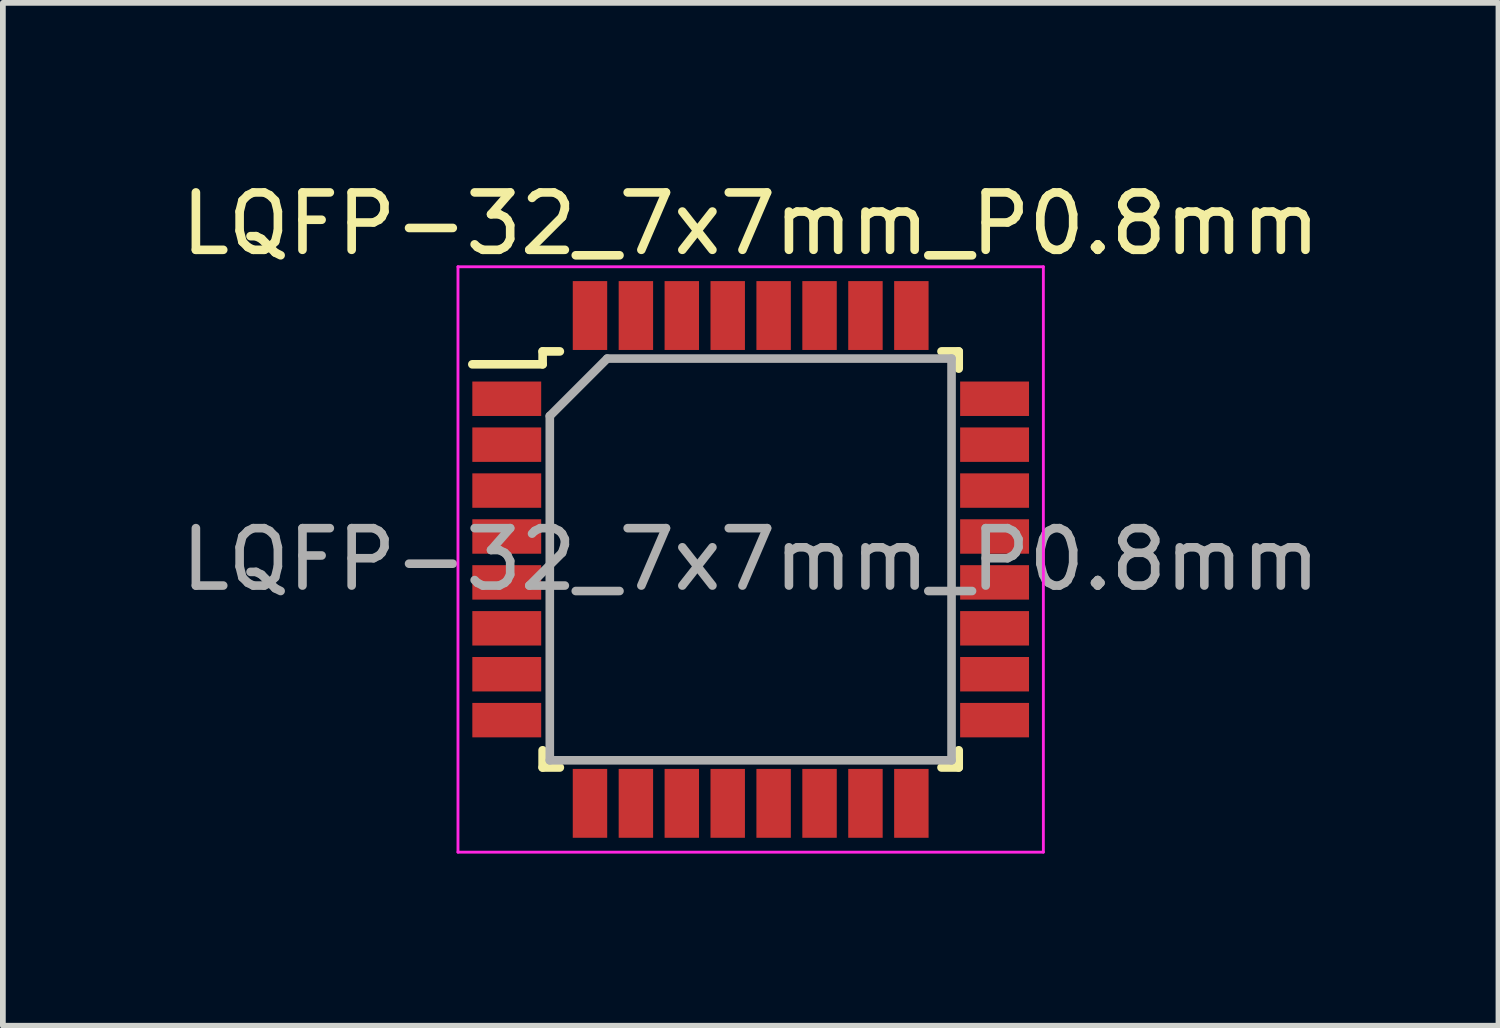
<source format=kicad_pcb>
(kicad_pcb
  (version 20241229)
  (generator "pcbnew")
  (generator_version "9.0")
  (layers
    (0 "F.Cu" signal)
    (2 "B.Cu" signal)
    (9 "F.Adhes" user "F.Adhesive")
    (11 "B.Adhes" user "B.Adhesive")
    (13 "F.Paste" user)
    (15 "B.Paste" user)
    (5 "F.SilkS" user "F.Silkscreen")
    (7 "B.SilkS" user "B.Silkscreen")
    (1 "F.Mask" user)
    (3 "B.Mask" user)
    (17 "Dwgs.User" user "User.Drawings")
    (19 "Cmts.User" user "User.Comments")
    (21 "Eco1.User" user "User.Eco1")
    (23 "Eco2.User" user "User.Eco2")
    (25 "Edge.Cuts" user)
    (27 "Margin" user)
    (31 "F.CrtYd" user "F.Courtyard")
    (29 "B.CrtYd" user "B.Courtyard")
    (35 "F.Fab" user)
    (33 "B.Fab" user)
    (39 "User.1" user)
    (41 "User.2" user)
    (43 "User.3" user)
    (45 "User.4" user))
  (footprint "LQFP-32_7x7mm_P0.8mm"
    (layer "F.Cu")
    (at 10.03 6.698)
    (property "Reference" "LQFP-32_7x7mm_P0.8mm" (at 0 -5.85 0) (layer "F.SilkS") (effects (font (size 1 1) (thickness 0.15))))
    (attr smd)
    (fp_line (start -3.625 -3.625) (end -3.625 -3.4) (stroke (width 0.15) (type solid)) (layer "F.SilkS"))
    (fp_line (start -3.625 -3.625) (end -3.325 -3.625) (stroke (width 0.15) (type solid)) (layer "F.SilkS"))
    (fp_line (start -3.625 -3.4) (end -4.85 -3.4) (stroke (width 0.15) (type solid)) (layer "F.SilkS"))
    (fp_line (start -3.625 3.625) (end -3.625 3.325) (stroke (width 0.15) (type solid)) (layer "F.SilkS"))
    (fp_line (start -3.625 3.625) (end -3.325 3.625) (stroke (width 0.15) (type solid)) (layer "F.SilkS"))
    (fp_line (start 3.625 -3.625) (end 3.325 -3.625) (stroke (width 0.15) (type solid)) (layer "F.SilkS"))
    (fp_line (start 3.625 -3.625) (end 3.625 -3.325) (stroke (width 0.15) (type solid)) (layer "F.SilkS"))
    (fp_line (start 3.625 3.625) (end 3.325 3.625) (stroke (width 0.15) (type solid)) (layer "F.SilkS"))
    (fp_line (start 3.625 3.625) (end 3.625 3.325) (stroke (width 0.15) (type solid)) (layer "F.SilkS"))
    (fp_line (start -5.1 -5.1) (end -5.1 5.1) (stroke (width 0.05) (type solid)) (layer "F.CrtYd"))
    (fp_line (start -5.1 -5.1) (end 5.1 -5.1) (stroke (width 0.05) (type solid)) (layer "F.CrtYd"))
    (fp_line (start -5.1 5.1) (end 5.1 5.1) (stroke (width 0.05) (type solid)) (layer "F.CrtYd"))
    (fp_line (start 5.1 -5.1) (end 5.1 5.1) (stroke (width 0.05) (type solid)) (layer "F.CrtYd"))
    (fp_line (start -3.5 -2.5) (end -2.5 -3.5) (stroke (width 0.15) (type solid)) (layer "F.Fab"))
    (fp_line (start -3.5 3.5) (end -3.5 -2.5) (stroke (width 0.15) (type solid)) (layer "F.Fab"))
    (fp_line (start -2.5 -3.5) (end 3.5 -3.5) (stroke (width 0.15) (type solid)) (layer "F.Fab"))
    (fp_line (start 3.5 -3.5) (end 3.5 3.5) (stroke (width 0.15) (type solid)) (layer "F.Fab"))
    (fp_line (start 3.5 3.5) (end -3.5 3.5) (stroke (width 0.15) (type solid)) (layer "F.Fab"))
    (fp_text user "${REFERENCE}" (at 0 0 0) (layer "F.Fab") (effects (font (size 1 1) (thickness 0.15))))
    (pad "1" smd rect (at -4.25 -2.8) (size 1.2 0.6) (layers "F.Cu" "F.Mask" "F.Paste"))
    (pad "2" smd rect (at -4.25 -2) (size 1.2 0.6) (layers "F.Cu" "F.Mask" "F.Paste"))
    (pad "3" smd rect (at -4.25 -1.2) (size 1.2 0.6) (layers "F.Cu" "F.Mask" "F.Paste"))
    (pad "4" smd rect (at -4.25 -0.4) (size 1.2 0.6) (layers "F.Cu" "F.Mask" "F.Paste"))
    (pad "5" smd rect (at -4.25 0.4) (size 1.2 0.6) (layers "F.Cu" "F.Mask" "F.Paste"))
    (pad "6" smd rect (at -4.25 1.2) (size 1.2 0.6) (layers "F.Cu" "F.Mask" "F.Paste"))
    (pad "7" smd rect (at -4.25 2) (size 1.2 0.6) (layers "F.Cu" "F.Mask" "F.Paste"))
    (pad "8" smd rect (at -4.25 2.8) (size 1.2 0.6) (layers "F.Cu" "F.Mask" "F.Paste"))
    (pad "9" smd rect (at -2.8 4.25 90) (size 1.2 0.6) (layers "F.Cu" "F.Mask" "F.Paste"))
    (pad "10" smd rect (at -2 4.25 90) (size 1.2 0.6) (layers "F.Cu" "F.Mask" "F.Paste"))
    (pad "11" smd rect (at -1.2 4.25 90) (size 1.2 0.6) (layers "F.Cu" "F.Mask" "F.Paste"))
    (pad "12" smd rect (at -0.4 4.25 90) (size 1.2 0.6) (layers "F.Cu" "F.Mask" "F.Paste"))
    (pad "13" smd rect (at 0.4 4.25 90) (size 1.2 0.6) (layers "F.Cu" "F.Mask" "F.Paste"))
    (pad "14" smd rect (at 1.2 4.25 90) (size 1.2 0.6) (layers "F.Cu" "F.Mask" "F.Paste"))
    (pad "15" smd rect (at 2 4.25 90) (size 1.2 0.6) (layers "F.Cu" "F.Mask" "F.Paste"))
    (pad "16" smd rect (at 2.8 4.25 90) (size 1.2 0.6) (layers "F.Cu" "F.Mask" "F.Paste"))
    (pad "17" smd rect (at 4.25 2.8) (size 1.2 0.6) (layers "F.Cu" "F.Mask" "F.Paste"))
    (pad "18" smd rect (at 4.25 2) (size 1.2 0.6) (layers "F.Cu" "F.Mask" "F.Paste"))
    (pad "19" smd rect (at 4.25 1.2) (size 1.2 0.6) (layers "F.Cu" "F.Mask" "F.Paste"))
    (pad "20" smd rect (at 4.25 0.4) (size 1.2 0.6) (layers "F.Cu" "F.Mask" "F.Paste"))
    (pad "21" smd rect (at 4.25 -0.4) (size 1.2 0.6) (layers "F.Cu" "F.Mask" "F.Paste"))
    (pad "22" smd rect (at 4.25 -1.2) (size 1.2 0.6) (layers "F.Cu" "F.Mask" "F.Paste"))
    (pad "23" smd rect (at 4.25 -2) (size 1.2 0.6) (layers "F.Cu" "F.Mask" "F.Paste"))
    (pad "24" smd rect (at 4.25 -2.8) (size 1.2 0.6) (layers "F.Cu" "F.Mask" "F.Paste"))
    (pad "25" smd rect (at 2.8 -4.25 90) (size 1.2 0.6) (layers "F.Cu" "F.Mask" "F.Paste"))
    (pad "26" smd rect (at 2 -4.25 90) (size 1.2 0.6) (layers "F.Cu" "F.Mask" "F.Paste"))
    (pad "27" smd rect (at 1.2 -4.25 90) (size 1.2 0.6) (layers "F.Cu" "F.Mask" "F.Paste"))
    (pad "28" smd rect (at 0.4 -4.25 90) (size 1.2 0.6) (layers "F.Cu" "F.Mask" "F.Paste"))
    (pad "29" smd rect (at -0.4 -4.25 90) (size 1.2 0.6) (layers "F.Cu" "F.Mask" "F.Paste"))
    (pad "30" smd rect (at -1.2 -4.25 90) (size 1.2 0.6) (layers "F.Cu" "F.Mask" "F.Paste"))
    (pad "31" smd rect (at -2 -4.25 90) (size 1.2 0.6) (layers "F.Cu" "F.Mask" "F.Paste"))
    (pad "32" smd rect (at -2.8 -4.25 90) (size 1.2 0.6) (layers "F.Cu" "F.Mask" "F.Paste")))
  (gr_rect
    (start -3 -3)
    (end 23.06 14.823)
    (stroke (width 0.1) (type default))
    (fill no)
    (layer "Edge.Cuts")))
</source>
